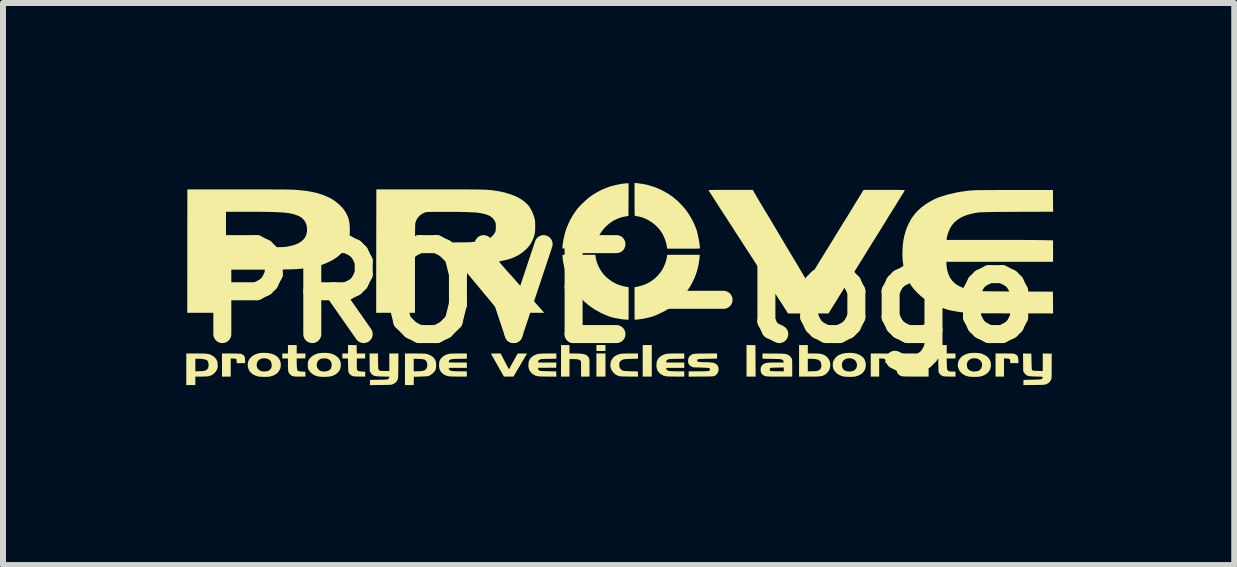
<source format=kicad_pcb>
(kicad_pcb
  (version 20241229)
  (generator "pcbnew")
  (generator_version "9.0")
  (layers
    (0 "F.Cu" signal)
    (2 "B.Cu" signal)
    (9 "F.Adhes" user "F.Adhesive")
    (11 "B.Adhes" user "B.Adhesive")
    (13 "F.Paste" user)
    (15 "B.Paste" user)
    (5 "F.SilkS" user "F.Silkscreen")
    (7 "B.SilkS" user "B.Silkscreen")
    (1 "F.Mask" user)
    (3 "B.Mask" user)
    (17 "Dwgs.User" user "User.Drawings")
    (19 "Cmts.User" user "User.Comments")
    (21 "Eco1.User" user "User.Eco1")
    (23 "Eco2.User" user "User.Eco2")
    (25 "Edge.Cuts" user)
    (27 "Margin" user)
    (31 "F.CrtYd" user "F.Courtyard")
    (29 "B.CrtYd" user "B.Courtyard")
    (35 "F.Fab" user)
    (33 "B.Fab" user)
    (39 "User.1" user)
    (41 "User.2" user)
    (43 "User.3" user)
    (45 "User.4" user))
  (footprint "PROVE-logo"
    (layer "F.Cu")
    (at 7.264 1.842)
    (property "Reference" "PROVE-logo" (at 0 0 0) (layer "F.SilkS") (effects (font (size 1.5 1.5) (thickness 0.3))))
    (attr board_only exclude_from_pos_files exclude_from_bom)
    (fp_poly (pts (xy -0.219 0.91) (xy -0.219 0.96) (xy -0.295 0.96) (xy -0.37 0.96) (xy -0.37 0.91) (xy -0.37 0.861) (xy -0.295 0.861) (xy -0.219 0.861)) (stroke (width 0) (type solid)) (fill yes) (layer "F.SilkS"))
    (fp_poly (pts (xy -0.219 1.194) (xy -0.219 1.387) (xy -0.295 1.387) (xy -0.37 1.387) (xy -0.37 1.194) (xy -0.37 1.001) (xy -0.295 1.001) (xy -0.219 1.001)) (stroke (width 0) (type solid)) (fill yes) (layer "F.SilkS"))
    (fp_poly (pts (xy 0.553 1.124) (xy 0.553 1.387) (xy 0.477 1.387) (xy 0.402 1.387) (xy 0.402 1.124) (xy 0.402 0.861) (xy 0.477 0.861) (xy 0.553 0.861)) (stroke (width 0) (type solid)) (fill yes) (layer "F.SilkS"))
    (fp_poly (pts (xy 2.208 0.862) (xy 2.282 0.863) (xy 2.283 1.125) (xy 2.285 1.387) (xy 2.209 1.387) (xy 2.133 1.387) (xy 2.133 1.124) (xy 2.133 0.86)) (stroke (width 0) (type solid)) (fill yes) (layer "F.SilkS"))
    (fp_poly (pts (xy 4.362 1.002) (xy 4.519 1.004) (xy 4.545 1.019) (xy 4.561 1.03) (xy 4.573 1.044) (xy 4.58 1.061) (xy 4.583 1.084) (xy 4.585 1.115) (xy 4.585 1.116) (xy 4.585 1.163) (xy 4.517 1.163) (xy 4.449 1.163) (xy 4.449 1.132) (xy 4.448 1.113) (xy 4.444 1.101) (xy 4.436 1.093) (xy 4.421 1.088) (xy 4.398 1.086) (xy 4.388 1.086) (xy 4.345 1.084) (xy 4.345 1.236) (xy 4.345 1.387) (xy 4.274 1.387) (xy 4.204 1.387) (xy 4.204 1.194) (xy 4.204 1.001)) (stroke (width 0) (type solid)) (fill yes) (layer "F.SilkS"))
    (fp_poly (pts (xy 6.479 1.001) (xy 6.515 1.002) (xy 6.544 1.002) (xy 6.565 1.003) (xy 6.582 1.005) (xy 6.594 1.007) (xy 6.603 1.009) (xy 6.603 1.009) (xy 6.628 1.021) (xy 6.646 1.036) (xy 6.658 1.057) (xy 6.664 1.085) (xy 6.666 1.119) (xy 6.666 1.163) (xy 6.598 1.163) (xy 6.53 1.163) (xy 6.53 1.135) (xy 6.529 1.115) (xy 6.525 1.101) (xy 6.516 1.093) (xy 6.5 1.088) (xy 6.476 1.086) (xy 6.47 1.086) (xy 6.426 1.084) (xy 6.426 1.236) (xy 6.426 1.387) (xy 6.355 1.387) (xy 6.285 1.387) (xy 6.285 1.194) (xy 6.285 1.001) (xy 6.433 1.001)) (stroke (width 0) (type solid)) (fill yes) (layer "F.SilkS"))
    (fp_poly (pts (xy -6.456 1.002) (xy -6.411 1.003) (xy -6.375 1.003) (xy -6.348 1.004) (xy -6.327 1.005) (xy -6.311 1.006) (xy -6.3 1.007) (xy -6.292 1.009) (xy -6.285 1.012) (xy -6.278 1.015) (xy -6.275 1.017) (xy -6.256 1.029) (xy -6.244 1.041) (xy -6.236 1.056) (xy -6.231 1.076) (xy -6.229 1.104) (xy -6.228 1.111) (xy -6.226 1.163) (xy -6.297 1.163) (xy -6.368 1.163) (xy -6.368 1.133) (xy -6.369 1.113) (xy -6.372 1.1) (xy -6.379 1.092) (xy -6.392 1.088) (xy -6.413 1.086) (xy -6.423 1.086) (xy -6.467 1.084) (xy -6.467 1.236) (xy -6.467 1.387) (xy -6.54 1.387) (xy -6.613 1.387) (xy -6.613 1.194) (xy -6.613 1.001)) (stroke (width 0) (type solid)) (fill yes) (layer "F.SilkS"))
    (fp_poly (pts (xy -0.819 0.931) (xy -0.819 1.001) (xy -0.724 1.001) (xy -0.668 1.003) (xy -0.622 1.006) (xy -0.584 1.012) (xy -0.554 1.021) (xy -0.53 1.034) (xy -0.512 1.05) (xy -0.498 1.07) (xy -0.493 1.081) (xy -0.491 1.088) (xy -0.489 1.099) (xy -0.487 1.114) (xy -0.486 1.133) (xy -0.486 1.16) (xy -0.485 1.194) (xy -0.485 1.237) (xy -0.485 1.244) (xy -0.485 1.387) (xy -0.555 1.387) (xy -0.626 1.387) (xy -0.626 1.26) (xy -0.626 1.22) (xy -0.626 1.189) (xy -0.626 1.167) (xy -0.627 1.15) (xy -0.628 1.139) (xy -0.63 1.131) (xy -0.633 1.125) (xy -0.636 1.121) (xy -0.638 1.119) (xy -0.65 1.11) (xy -0.668 1.103) (xy -0.693 1.098) (xy -0.727 1.096) (xy -0.762 1.095) (xy -0.819 1.095) (xy -0.819 1.241) (xy -0.819 1.387) (xy -0.889 1.387) (xy -0.96 1.387) (xy -0.96 1.124) (xy -0.96 0.861) (xy -0.889 0.861) (xy -0.819 0.861)) (stroke (width 0) (type solid)) (fill yes) (layer "F.SilkS"))
    (fp_poly (pts (xy 5.471 0.931) (xy 5.471 1.001) (xy 5.544 1.001) (xy 5.617 1.001) (xy 5.617 1.043) (xy 5.617 1.085) (xy 5.544 1.085) (xy 5.47 1.085) (xy 5.472 1.175) (xy 5.473 1.215) (xy 5.476 1.246) (xy 5.48 1.268) (xy 5.488 1.284) (xy 5.499 1.294) (xy 5.516 1.3) (xy 5.539 1.303) (xy 5.568 1.304) (xy 5.574 1.304) (xy 5.617 1.304) (xy 5.617 1.346) (xy 5.617 1.387) (xy 5.525 1.387) (xy 5.482 1.386) (xy 5.448 1.385) (xy 5.423 1.382) (xy 5.41 1.38) (xy 5.378 1.365) (xy 5.354 1.343) (xy 5.345 1.331) (xy 5.341 1.324) (xy 5.338 1.317) (xy 5.336 1.308) (xy 5.334 1.296) (xy 5.333 1.278) (xy 5.332 1.255) (xy 5.332 1.223) (xy 5.331 1.198) (xy 5.329 1.085) (xy 5.282 1.084) (xy 5.234 1.082) (xy 5.232 1.042) (xy 5.231 1.001) (xy 5.281 1.001) (xy 5.33 1.001) (xy 5.33 0.931) (xy 5.33 0.861) (xy 5.401 0.861) (xy 5.471 0.861)) (stroke (width 0) (type solid)) (fill yes) (layer "F.SilkS"))
    (fp_poly (pts (xy -5.367 0.931) (xy -5.367 1.001) (xy -5.294 1.001) (xy -5.22 1.001) (xy -5.222 1.042) (xy -5.223 1.082) (xy -5.296 1.084) (xy -5.368 1.085) (xy -5.366 1.175) (xy -5.365 1.211) (xy -5.363 1.239) (xy -5.361 1.259) (xy -5.358 1.273) (xy -5.353 1.283) (xy -5.346 1.29) (xy -5.339 1.294) (xy -5.329 1.297) (xy -5.312 1.3) (xy -5.289 1.303) (xy -5.276 1.304) (xy -5.223 1.307) (xy -5.222 1.347) (xy -5.22 1.387) (xy -5.316 1.387) (xy -5.347 1.387) (xy -5.376 1.386) (xy -5.4 1.385) (xy -5.417 1.384) (xy -5.425 1.382) (xy -5.457 1.368) (xy -5.482 1.347) (xy -5.5 1.321) (xy -5.505 1.307) (xy -5.508 1.293) (xy -5.511 1.272) (xy -5.512 1.245) (xy -5.513 1.21) (xy -5.513 1.183) (xy -5.513 1.085) (xy -5.56 1.085) (xy -5.607 1.085) (xy -5.607 1.043) (xy -5.607 1.001) (xy -5.56 1.001) (xy -5.513 1.001) (xy -5.513 0.931) (xy -5.513 0.861) (xy -5.44 0.861) (xy -5.367 0.861)) (stroke (width 0) (type solid)) (fill yes) (layer "F.SilkS"))
    (fp_poly (pts (xy -0.38 -0.592) (xy -0.365 -0.527) (xy -0.34 -0.462) (xy -0.308 -0.4) (xy -0.27 -0.342) (xy -0.23 -0.296) (xy -0.17 -0.24) (xy -0.106 -0.195) (xy -0.037 -0.158) (xy 0.037 -0.131) (xy 0.117 -0.112) (xy 0.129 -0.109) (xy 0.167 -0.103) (xy 0.167 0.167) (xy 0.167 0.438) (xy 0.132 0.437) (xy 0.111 0.437) (xy 0.092 0.435) (xy 0.081 0.434) (xy 0.06 0.431) (xy 0.034 0.427) (xy 0.004 0.422) (xy -0.026 0.416) (xy -0.056 0.411) (xy -0.081 0.406) (xy -0.1 0.402) (xy -0.107 0.4) (xy -0.154 0.385) (xy -0.207 0.365) (xy -0.264 0.34) (xy -0.297 0.324) (xy -0.394 0.271) (xy -0.484 0.21) (xy -0.567 0.141) (xy -0.642 0.065) (xy -0.71 -0.018) (xy -0.77 -0.107) (xy -0.823 -0.203) (xy -0.866 -0.305) (xy -0.868 -0.309) (xy -0.885 -0.36) (xy -0.901 -0.415) (xy -0.914 -0.471) (xy -0.925 -0.526) (xy -0.932 -0.576) (xy -0.934 -0.61) (xy -0.936 -0.644) (xy -0.662 -0.644) (xy -0.389 -0.644)) (stroke (width 0) (type solid)) (fill yes) (layer "F.SilkS"))
    (fp_poly (pts (xy -4.44 0.862) (xy -4.368 0.863) (xy -4.367 0.932) (xy -4.365 1.001) (xy -4.295 1.001) (xy -4.225 1.001) (xy -4.225 1.043) (xy -4.225 1.085) (xy -4.295 1.085) (xy -4.365 1.085) (xy -4.365 1.173) (xy -4.365 1.208) (xy -4.364 1.237) (xy -4.362 1.259) (xy -4.36 1.272) (xy -4.36 1.274) (xy -4.352 1.285) (xy -4.34 1.293) (xy -4.322 1.298) (xy -4.295 1.302) (xy -4.275 1.303) (xy -4.225 1.305) (xy -4.225 1.346) (xy -4.225 1.387) (xy -4.317 1.387) (xy -4.36 1.386) (xy -4.394 1.385) (xy -4.418 1.382) (xy -4.433 1.379) (xy -4.452 1.371) (xy -4.47 1.359) (xy -4.474 1.355) (xy -4.485 1.344) (xy -4.493 1.334) (xy -4.499 1.323) (xy -4.504 1.31) (xy -4.507 1.293) (xy -4.509 1.271) (xy -4.51 1.242) (xy -4.51 1.204) (xy -4.511 1.196) (xy -4.512 1.085) (xy -4.559 1.085) (xy -4.605 1.085) (xy -4.605 1.043) (xy -4.605 1.001) (xy -4.558 1.001) (xy -4.511 1.001) (xy -4.511 0.931) (xy -4.511 0.86)) (stroke (width 0) (type solid)) (fill yes) (layer "F.SilkS"))
    (fp_poly (pts (xy 1.352 -0.618) (xy 1.35 -0.59) (xy 1.345 -0.556) (xy 1.339 -0.517) (xy 1.332 -0.477) (xy 1.324 -0.44) (xy 1.322 -0.428) (xy 1.297 -0.34) (xy 1.263 -0.252) (xy 1.219 -0.162) (xy 1.187 -0.106) (xy 1.141 -0.037) (xy 1.087 0.032) (xy 1.025 0.098) (xy 0.959 0.161) (xy 0.889 0.218) (xy 0.84 0.252) (xy 0.811 0.27) (xy 0.774 0.291) (xy 0.733 0.312) (xy 0.69 0.333) (xy 0.648 0.353) (xy 0.609 0.369) (xy 0.576 0.382) (xy 0.574 0.382) (xy 0.535 0.394) (xy 0.492 0.405) (xy 0.445 0.415) (xy 0.398 0.424) (xy 0.354 0.431) (xy 0.314 0.436) (xy 0.281 0.438) (xy 0.278 0.438) (xy 0.266 0.438) (xy 0.266 0.168) (xy 0.266 -0.103) (xy 0.324 -0.114) (xy 0.401 -0.135) (xy 0.472 -0.164) (xy 0.539 -0.201) (xy 0.6 -0.246) (xy 0.654 -0.298) (xy 0.702 -0.356) (xy 0.742 -0.42) (xy 0.773 -0.488) (xy 0.796 -0.561) (xy 0.804 -0.602) (xy 0.811 -0.644) (xy 1.082 -0.644) (xy 1.353 -0.644)) (stroke (width 0) (type solid)) (fill yes) (layer "F.SilkS"))
    (fp_poly (pts (xy -1.898 1.134) (xy -1.828 1.266) (xy -1.801 1.216) (xy -1.789 1.194) (xy -1.773 1.165) (xy -1.756 1.134) (xy -1.738 1.102) (xy -1.728 1.084) (xy -1.682 1.002) (xy -1.605 1.002) (xy -1.578 1.002) (xy -1.555 1.002) (xy -1.538 1.003) (xy -1.529 1.004) (xy -1.528 1.004) (xy -1.529 1.006) (xy -1.531 1.011) (xy -1.535 1.019) (xy -1.542 1.03) (xy -1.552 1.047) (xy -1.565 1.069) (xy -1.582 1.098) (xy -1.603 1.133) (xy -1.629 1.177) (xy -1.645 1.205) (xy -1.665 1.238) (xy -1.684 1.27) (xy -1.701 1.299) (xy -1.716 1.325) (xy -1.727 1.344) (xy -1.731 1.35) (xy -1.753 1.387) (xy -1.832 1.387) (xy -1.912 1.387) (xy -1.982 1.263) (xy -2.003 1.226) (xy -2.024 1.188) (xy -2.046 1.151) (xy -2.065 1.117) (xy -2.081 1.088) (xy -2.09 1.073) (xy -2.103 1.049) (xy -2.115 1.029) (xy -2.123 1.013) (xy -2.127 1.005) (xy -2.128 1.004) (xy -2.123 1.003) (xy -2.109 1.002) (xy -2.089 1.002) (xy -2.063 1.001) (xy -2.048 1.001) (xy -1.967 1.001)) (stroke (width 0) (type solid)) (fill yes) (layer "F.SilkS"))
    (fp_poly (pts (xy 0.323 1.045) (xy 0.323 1.089) (xy 0.213 1.091) (xy 0.169 1.093) (xy 0.135 1.094) (xy 0.109 1.096) (xy 0.09 1.099) (xy 0.076 1.102) (xy 0.075 1.102) (xy 0.047 1.116) (xy 0.025 1.137) (xy 0.016 1.151) (xy 0.012 1.166) (xy 0.011 1.187) (xy 0.012 1.209) (xy 0.015 1.229) (xy 0.018 1.238) (xy 0.028 1.255) (xy 0.045 1.271) (xy 0.064 1.285) (xy 0.078 1.291) (xy 0.087 1.292) (xy 0.105 1.294) (xy 0.129 1.295) (xy 0.159 1.296) (xy 0.193 1.298) (xy 0.206 1.298) (xy 0.321 1.301) (xy 0.322 1.344) (xy 0.324 1.387) (xy 0.187 1.387) (xy 0.148 1.386) (xy 0.112 1.386) (xy 0.08 1.385) (xy 0.054 1.384) (xy 0.034 1.383) (xy 0.025 1.382) (xy -0.018 1.37) (xy -0.056 1.349) (xy -0.088 1.32) (xy -0.113 1.285) (xy -0.114 1.284) (xy -0.131 1.242) (xy -0.138 1.202) (xy -0.135 1.164) (xy -0.122 1.12) (xy -0.101 1.083) (xy -0.073 1.054) (xy -0.039 1.033) (xy -0.019 1.024) (xy -0.000438 1.017) (xy 0.019 1.011) (xy 0.041 1.007) (xy 0.066 1.004) (xy 0.097 1.003) (xy 0.135 1.002) (xy 0.181 1.001) (xy 0.192 1.001) (xy 0.323 1.001)) (stroke (width 0) (type solid)) (fill yes) (layer "F.SilkS"))
    (fp_poly (pts (xy 3.155 0.931) (xy 3.155 1.001) (xy 3.246 1.001) (xy 3.29 1.002) (xy 3.327 1.003) (xy 3.356 1.006) (xy 3.381 1.011) (xy 3.403 1.017) (xy 3.424 1.025) (xy 3.431 1.029) (xy 3.465 1.051) (xy 3.492 1.079) (xy 3.512 1.112) (xy 3.525 1.149) (xy 3.53 1.187) (xy 3.528 1.225) (xy 3.518 1.263) (xy 3.5 1.297) (xy 3.475 1.328) (xy 3.447 1.351) (xy 3.432 1.36) (xy 3.417 1.368) (xy 3.402 1.374) (xy 3.384 1.378) (xy 3.363 1.382) (xy 3.337 1.384) (xy 3.306 1.386) (xy 3.268 1.387) (xy 3.221 1.387) (xy 3.177 1.387) (xy 3.009 1.387) (xy 3.009 1.195) (xy 3.155 1.195) (xy 3.155 1.3) (xy 3.233 1.298) (xy 3.264 1.297) (xy 3.286 1.295) (xy 3.303 1.294) (xy 3.316 1.291) (xy 3.327 1.287) (xy 3.336 1.283) (xy 3.358 1.268) (xy 3.372 1.248) (xy 3.38 1.222) (xy 3.381 1.197) (xy 3.378 1.167) (xy 3.369 1.142) (xy 3.353 1.123) (xy 3.33 1.108) (xy 3.299 1.098) (xy 3.259 1.092) (xy 3.211 1.09) (xy 3.204 1.09) (xy 3.155 1.09) (xy 3.155 1.195) (xy 3.009 1.195) (xy 3.009 1.124) (xy 3.009 0.861) (xy 3.082 0.861) (xy 3.155 0.861)) (stroke (width 0) (type solid)) (fill yes) (layer "F.SilkS"))
    (fp_poly (pts (xy -3.35 1.002) (xy -3.307 1.002) (xy -3.27 1.003) (xy -3.24 1.004) (xy -3.218 1.006) (xy -3.207 1.007) (xy -3.176 1.016) (xy -3.144 1.03) (xy -3.114 1.047) (xy -3.09 1.065) (xy -3.082 1.073) (xy -3.063 1.1) (xy -3.05 1.128) (xy -3.043 1.16) (xy -3.042 1.199) (xy -3.042 1.207) (xy -3.044 1.238) (xy -3.048 1.262) (xy -3.055 1.281) (xy -3.068 1.299) (xy -3.086 1.32) (xy -3.089 1.324) (xy -3.122 1.352) (xy -3.157 1.372) (xy -3.174 1.378) (xy -3.183 1.38) (xy -3.202 1.382) (xy -3.227 1.383) (xy -3.257 1.385) (xy -3.291 1.386) (xy -3.301 1.387) (xy -3.414 1.39) (xy -3.415 1.459) (xy -3.417 1.528) (xy -3.489 1.528) (xy -3.562 1.528) (xy -3.562 1.265) (xy -3.562 1.194) (xy -3.416 1.194) (xy -3.416 1.3) (xy -3.342 1.298) (xy -3.307 1.296) (xy -3.28 1.294) (xy -3.26 1.29) (xy -3.246 1.286) (xy -3.245 1.286) (xy -3.228 1.277) (xy -3.214 1.265) (xy -3.211 1.262) (xy -3.198 1.24) (xy -3.191 1.213) (xy -3.19 1.184) (xy -3.194 1.157) (xy -3.204 1.133) (xy -3.213 1.121) (xy -3.224 1.111) (xy -3.238 1.104) (xy -3.256 1.099) (xy -3.28 1.095) (xy -3.311 1.093) (xy -3.342 1.092) (xy -3.416 1.089) (xy -3.416 1.194) (xy -3.562 1.194) (xy -3.562 1.001) (xy -3.398 1.001)) (stroke (width 0) (type solid)) (fill yes) (layer "F.SilkS"))
    (fp_poly (pts (xy -7.042 1.001) (xy -6.989 1.002) (xy -6.946 1.002) (xy -6.91 1.003) (xy -6.881 1.005) (xy -6.857 1.008) (xy -6.837 1.011) (xy -6.819 1.016) (xy -6.803 1.022) (xy -6.788 1.03) (xy -6.778 1.035) (xy -6.746 1.056) (xy -6.723 1.079) (xy -6.704 1.107) (xy -6.699 1.119) (xy -6.691 1.136) (xy -6.687 1.152) (xy -6.685 1.17) (xy -6.684 1.193) (xy -6.684 1.197) (xy -6.684 1.222) (xy -6.686 1.24) (xy -6.691 1.256) (xy -6.697 1.273) (xy -6.698 1.274) (xy -6.721 1.31) (xy -6.751 1.341) (xy -6.787 1.364) (xy -6.829 1.379) (xy -6.844 1.382) (xy -6.86 1.384) (xy -6.885 1.385) (xy -6.914 1.386) (xy -6.946 1.387) (xy -6.967 1.387) (xy -7.057 1.387) (xy -7.057 1.458) (xy -7.057 1.528) (xy -7.132 1.528) (xy -7.208 1.528) (xy -7.208 1.265) (xy -7.208 1.195) (xy -7.057 1.195) (xy -7.057 1.3) (xy -6.985 1.297) (xy -6.957 1.296) (xy -6.931 1.294) (xy -6.91 1.291) (xy -6.897 1.289) (xy -6.895 1.288) (xy -6.869 1.274) (xy -6.85 1.254) (xy -6.839 1.227) (xy -6.836 1.194) (xy -6.839 1.161) (xy -6.848 1.134) (xy -6.863 1.116) (xy -6.867 1.113) (xy -6.887 1.104) (xy -6.916 1.097) (xy -6.953 1.092) (xy -6.995 1.09) (xy -7.001 1.09) (xy -7.057 1.09) (xy -7.057 1.195) (xy -7.208 1.195) (xy -7.208 1.001)) (stroke (width 0) (type solid)) (fill yes) (layer "F.SilkS"))
    (fp_poly (pts (xy 0.304 -1.839) (xy 0.404 -1.825) (xy 0.5 -1.804) (xy 0.597 -1.773) (xy 0.633 -1.76) (xy 0.731 -1.716) (xy 0.823 -1.664) (xy 0.909 -1.605) (xy 0.99 -1.536) (xy 1.066 -1.458) (xy 1.113 -1.402) (xy 1.158 -1.341) (xy 1.201 -1.273) (xy 1.24 -1.201) (xy 1.273 -1.129) (xy 1.3 -1.06) (xy 1.301 -1.056) (xy 1.309 -1.027) (xy 1.318 -0.991) (xy 1.327 -0.951) (xy 1.335 -0.909) (xy 1.343 -0.867) (xy 1.349 -0.828) (xy 1.353 -0.793) (xy 1.356 -0.765) (xy 1.356 -0.755) (xy 1.356 -0.753) (xy 1.354 -0.751) (xy 1.349 -0.75) (xy 1.342 -0.749) (xy 1.331 -0.748) (xy 1.315 -0.747) (xy 1.293 -0.747) (xy 1.265 -0.746) (xy 1.23 -0.746) (xy 1.186 -0.746) (xy 1.134 -0.746) (xy 1.083 -0.746) (xy 0.81 -0.746) (xy 0.804 -0.789) (xy 0.791 -0.847) (xy 0.771 -0.908) (xy 0.745 -0.967) (xy 0.714 -1.022) (xy 0.7 -1.042) (xy 0.66 -1.092) (xy 0.613 -1.138) (xy 0.561 -1.18) (xy 0.505 -1.216) (xy 0.447 -1.246) (xy 0.388 -1.269) (xy 0.331 -1.283) (xy 0.313 -1.286) (xy 0.295 -1.288) (xy 0.281 -1.29) (xy 0.275 -1.292) (xy 0.273 -1.293) (xy 0.271 -1.295) (xy 0.27 -1.3) (xy 0.269 -1.308) (xy 0.268 -1.32) (xy 0.267 -1.337) (xy 0.267 -1.36) (xy 0.266 -1.389) (xy 0.266 -1.425) (xy 0.266 -1.47) (xy 0.266 -1.523) (xy 0.266 -1.568) (xy 0.266 -1.842)) (stroke (width 0) (type solid)) (fill yes) (layer "F.SilkS"))
    (fp_poly (pts (xy -1.038 1.045) (xy -1.038 1.089) (xy -1.164 1.091) (xy -1.207 1.092) (xy -1.24 1.093) (xy -1.265 1.094) (xy -1.284 1.096) (xy -1.297 1.098) (xy -1.307 1.1) (xy -1.31 1.102) (xy -1.328 1.113) (xy -1.341 1.128) (xy -1.346 1.143) (xy -1.346 1.143) (xy -1.345 1.146) (xy -1.343 1.148) (xy -1.337 1.15) (xy -1.328 1.151) (xy -1.313 1.152) (xy -1.292 1.152) (xy -1.264 1.153) (xy -1.227 1.153) (xy -1.192 1.153) (xy -1.037 1.153) (xy -1.039 1.196) (xy -1.041 1.239) (xy -1.194 1.24) (xy -1.347 1.241) (xy -1.343 1.256) (xy -1.334 1.276) (xy -1.317 1.288) (xy -1.31 1.291) (xy -1.301 1.292) (xy -1.283 1.293) (xy -1.258 1.295) (xy -1.228 1.296) (xy -1.193 1.297) (xy -1.168 1.298) (xy -1.041 1.301) (xy -1.039 1.344) (xy -1.037 1.387) (xy -1.177 1.387) (xy -1.216 1.386) (xy -1.253 1.386) (xy -1.286 1.385) (xy -1.314 1.384) (xy -1.335 1.383) (xy -1.346 1.381) (xy -1.389 1.37) (xy -1.427 1.349) (xy -1.459 1.321) (xy -1.484 1.286) (xy -1.491 1.273) (xy -1.5 1.243) (xy -1.504 1.207) (xy -1.503 1.17) (xy -1.497 1.135) (xy -1.492 1.121) (xy -1.474 1.087) (xy -1.446 1.058) (xy -1.411 1.034) (xy -1.368 1.016) (xy -1.344 1.009) (xy -1.329 1.007) (xy -1.31 1.005) (xy -1.284 1.003) (xy -1.252 1.002) (xy -1.211 1.002) (xy -1.175 1.001) (xy -1.038 1.001)) (stroke (width 0) (type solid)) (fill yes) (layer "F.SilkS"))
    (fp_poly (pts (xy 3.894 0.992) (xy 3.932 0.997) (xy 3.966 1.005) (xy 3.999 1.017) (xy 4.017 1.026) (xy 4.055 1.049) (xy 4.084 1.076) (xy 4.104 1.109) (xy 4.117 1.148) (xy 4.12 1.162) (xy 4.122 1.207) (xy 4.115 1.249) (xy 4.099 1.286) (xy 4.074 1.32) (xy 4.041 1.347) (xy 4.001 1.369) (xy 3.954 1.384) (xy 3.951 1.385) (xy 3.924 1.389) (xy 3.891 1.391) (xy 3.854 1.392) (xy 3.816 1.391) (xy 3.781 1.389) (xy 3.753 1.386) (xy 3.745 1.384) (xy 3.697 1.369) (xy 3.656 1.347) (xy 3.621 1.319) (xy 3.595 1.284) (xy 3.585 1.266) (xy 3.577 1.246) (xy 3.573 1.229) (xy 3.571 1.209) (xy 3.571 1.191) (xy 3.571 1.181) (xy 3.724 1.181) (xy 3.725 1.211) (xy 3.731 1.238) (xy 3.743 1.261) (xy 3.747 1.267) (xy 3.768 1.283) (xy 3.797 1.295) (xy 3.829 1.301) (xy 3.863 1.302) (xy 3.896 1.297) (xy 3.92 1.288) (xy 3.944 1.271) (xy 3.961 1.248) (xy 3.972 1.221) (xy 3.975 1.192) (xy 3.971 1.163) (xy 3.959 1.136) (xy 3.94 1.113) (xy 3.934 1.108) (xy 3.905 1.092) (xy 3.873 1.083) (xy 3.84 1.081) (xy 3.807 1.086) (xy 3.777 1.098) (xy 3.752 1.116) (xy 3.74 1.13) (xy 3.729 1.153) (xy 3.724 1.181) (xy 3.571 1.181) (xy 3.571 1.168) (xy 3.574 1.15) (xy 3.579 1.134) (xy 3.588 1.114) (xy 3.612 1.077) (xy 3.644 1.046) (xy 3.684 1.022) (xy 3.731 1.005) (xy 3.786 0.994) (xy 3.848 0.991)) (stroke (width 0) (type solid)) (fill yes) (layer "F.SilkS"))
    (fp_poly (pts (xy -5.848 0.994) (xy -5.794 1.004) (xy -5.746 1.02) (xy -5.707 1.043) (xy -5.675 1.071) (xy -5.652 1.105) (xy -5.637 1.144) (xy -5.634 1.161) (xy -5.632 1.205) (xy -5.639 1.247) (xy -5.656 1.284) (xy -5.68 1.318) (xy -5.713 1.346) (xy -5.753 1.368) (xy -5.799 1.383) (xy -5.805 1.385) (xy -5.832 1.389) (xy -5.865 1.391) (xy -5.902 1.392) (xy -5.939 1.391) (xy -5.974 1.389) (xy -6.004 1.386) (xy -6.013 1.384) (xy -6.054 1.371) (xy -6.093 1.352) (xy -6.125 1.328) (xy -6.15 1.301) (xy -6.156 1.291) (xy -6.175 1.25) (xy -6.184 1.209) (xy -6.183 1.183) (xy -6.034 1.183) (xy -6.033 1.212) (xy -6.024 1.241) (xy -6.007 1.265) (xy -5.984 1.285) (xy -5.98 1.287) (xy -5.963 1.294) (xy -5.948 1.299) (xy -5.93 1.302) (xy -5.906 1.302) (xy -5.88 1.3) (xy -5.857 1.296) (xy -5.841 1.292) (xy -5.82 1.278) (xy -5.801 1.259) (xy -5.79 1.24) (xy -5.785 1.217) (xy -5.784 1.19) (xy -5.788 1.162) (xy -5.795 1.139) (xy -5.795 1.138) (xy -5.811 1.116) (xy -5.835 1.099) (xy -5.863 1.087) (xy -5.895 1.082) (xy -5.928 1.082) (xy -5.96 1.089) (xy -5.989 1.103) (xy -5.993 1.106) (xy -6.014 1.128) (xy -6.028 1.154) (xy -6.034 1.183) (xy -6.183 1.183) (xy -6.183 1.168) (xy -6.173 1.129) (xy -6.154 1.092) (xy -6.126 1.061) (xy -6.091 1.034) (xy -6.074 1.025) (xy -6.043 1.011) (xy -6.013 1.001) (xy -5.982 0.995) (xy -5.947 0.992) (xy -5.909 0.991)) (stroke (width 0) (type solid)) (fill yes) (layer "F.SilkS"))
    (fp_poly (pts (xy -4.01 1.134) (xy -4.009 1.179) (xy -4.009 1.214) (xy -4.007 1.241) (xy -4.004 1.261) (xy -3.999 1.275) (xy -3.991 1.284) (xy -3.979 1.289) (xy -3.962 1.291) (xy -3.94 1.292) (xy -3.912 1.293) (xy -3.904 1.293) (xy -3.823 1.295) (xy -3.823 1.148) (xy -3.823 1.001) (xy -3.747 1.001) (xy -3.671 1.001) (xy -3.673 1.209) (xy -3.673 1.261) (xy -3.674 1.303) (xy -3.674 1.338) (xy -3.675 1.365) (xy -3.675 1.386) (xy -3.676 1.402) (xy -3.678 1.414) (xy -3.679 1.423) (xy -3.682 1.431) (xy -3.684 1.438) (xy -3.687 1.443) (xy -3.703 1.471) (xy -3.726 1.493) (xy -3.756 1.51) (xy -3.764 1.513) (xy -3.772 1.517) (xy -3.781 1.519) (xy -3.79 1.521) (xy -3.801 1.523) (xy -3.816 1.524) (xy -3.836 1.525) (xy -3.861 1.526) (xy -3.894 1.526) (xy -3.934 1.527) (xy -3.971 1.527) (xy -4.147 1.529) (xy -4.145 1.485) (xy -4.144 1.442) (xy -3.999 1.44) (xy -3.957 1.439) (xy -3.923 1.438) (xy -3.897 1.437) (xy -3.878 1.436) (xy -3.865 1.435) (xy -3.855 1.433) (xy -3.848 1.431) (xy -3.843 1.428) (xy -3.84 1.426) (xy -3.83 1.415) (xy -3.824 1.402) (xy -3.824 1.402) (xy -3.822 1.389) (xy -3.934 1.386) (xy -3.976 1.385) (xy -4.009 1.383) (xy -4.035 1.381) (xy -4.056 1.378) (xy -4.072 1.374) (xy -4.086 1.368) (xy -4.099 1.36) (xy -4.105 1.356) (xy -4.117 1.345) (xy -4.129 1.329) (xy -4.135 1.321) (xy -4.149 1.296) (xy -4.151 1.149) (xy -4.152 1.001) (xy -4.082 1.001) (xy -4.011 1.001)) (stroke (width 0) (type solid)) (fill yes) (layer "F.SilkS"))
    (fp_poly (pts (xy 5.976 0.993) (xy 6.011 0.996) (xy 6.04 1.001) (xy 6.056 1.005) (xy 6.103 1.026) (xy 6.141 1.05) (xy 6.17 1.079) (xy 6.191 1.112) (xy 6.204 1.15) (xy 6.206 1.163) (xy 6.208 1.207) (xy 6.201 1.248) (xy 6.185 1.285) (xy 6.16 1.318) (xy 6.127 1.346) (xy 6.087 1.368) (xy 6.041 1.383) (xy 6.034 1.385) (xy 6.008 1.389) (xy 5.975 1.391) (xy 5.938 1.392) (xy 5.901 1.391) (xy 5.866 1.39) (xy 5.837 1.386) (xy 5.827 1.384) (xy 5.782 1.37) (xy 5.744 1.349) (xy 5.711 1.323) (xy 5.686 1.292) (xy 5.668 1.257) (xy 5.657 1.22) (xy 5.655 1.182) (xy 5.656 1.18) (xy 5.807 1.18) (xy 5.808 1.215) (xy 5.818 1.245) (xy 5.836 1.27) (xy 5.863 1.288) (xy 5.894 1.299) (xy 5.914 1.302) (xy 5.939 1.302) (xy 5.965 1.299) (xy 5.988 1.295) (xy 5.999 1.292) (xy 6.025 1.276) (xy 6.044 1.252) (xy 6.056 1.223) (xy 6.06 1.19) (xy 6.059 1.179) (xy 6.052 1.148) (xy 6.035 1.123) (xy 6.009 1.101) (xy 6.003 1.098) (xy 5.986 1.09) (xy 5.972 1.085) (xy 5.955 1.083) (xy 5.933 1.082) (xy 5.909 1.083) (xy 5.891 1.085) (xy 5.876 1.09) (xy 5.865 1.096) (xy 5.837 1.115) (xy 5.818 1.14) (xy 5.808 1.171) (xy 5.807 1.18) (xy 5.656 1.18) (xy 5.662 1.144) (xy 5.678 1.106) (xy 5.703 1.071) (xy 5.706 1.067) (xy 5.732 1.045) (xy 5.765 1.025) (xy 5.804 1.009) (xy 5.839 0.999) (xy 5.868 0.994) (xy 5.902 0.992) (xy 5.939 0.991)) (stroke (width 0) (type solid)) (fill yes) (layer "F.SilkS"))
    (fp_poly (pts (xy -4.855 0.993) (xy -4.81 0.999) (xy -4.771 1.011) (xy -4.734 1.027) (xy -4.725 1.033) (xy -4.687 1.06) (xy -4.66 1.091) (xy -4.641 1.127) (xy -4.632 1.167) (xy -4.631 1.189) (xy -4.634 1.231) (xy -4.644 1.266) (xy -4.662 1.298) (xy -4.688 1.326) (xy -4.717 1.349) (xy -4.75 1.367) (xy -4.787 1.38) (xy -4.83 1.388) (xy -4.88 1.392) (xy -4.912 1.392) (xy -4.941 1.391) (xy -4.97 1.389) (xy -4.995 1.387) (xy -5.012 1.384) (xy -5.059 1.37) (xy -5.1 1.347) (xy -5.135 1.319) (xy -5.162 1.285) (xy -5.166 1.277) (xy -5.173 1.264) (xy -5.178 1.252) (xy -5.18 1.239) (xy -5.181 1.222) (xy -5.182 1.205) (xy -5.032 1.205) (xy -5.026 1.232) (xy -5.013 1.257) (xy -4.993 1.278) (xy -4.967 1.293) (xy -4.956 1.297) (xy -4.927 1.302) (xy -4.894 1.301) (xy -4.862 1.297) (xy -4.839 1.289) (xy -4.814 1.273) (xy -4.796 1.25) (xy -4.786 1.219) (xy -4.784 1.205) (xy -4.785 1.17) (xy -4.795 1.139) (xy -4.813 1.114) (xy -4.839 1.096) (xy -4.854 1.089) (xy -4.876 1.085) (xy -4.903 1.083) (xy -4.931 1.084) (xy -4.956 1.088) (xy -4.961 1.089) (xy -4.989 1.104) (xy -5.01 1.124) (xy -5.024 1.149) (xy -5.032 1.176) (xy -5.032 1.205) (xy -5.182 1.205) (xy -5.182 1.197) (xy -5.182 1.194) (xy -5.181 1.168) (xy -5.18 1.149) (xy -5.177 1.135) (xy -5.173 1.122) (xy -5.169 1.114) (xy -5.147 1.08) (xy -5.115 1.05) (xy -5.077 1.026) (xy -5.046 1.012) (xy -5.015 1.001) (xy -4.981 0.995) (xy -4.942 0.992) (xy -4.907 0.991)) (stroke (width 0) (type solid)) (fill yes) (layer "F.SilkS"))
    (fp_poly (pts (xy 0.166 -1.563) (xy 0.164 -1.291) (xy 0.133 -1.287) (xy 0.055 -1.271) (xy -0.019 -1.245) (xy -0.089 -1.211) (xy -0.154 -1.167) (xy -0.208 -1.12) (xy -0.238 -1.088) (xy -0.264 -1.057) (xy -0.288 -1.024) (xy -0.312 -0.985) (xy -0.323 -0.966) (xy -0.343 -0.929) (xy -0.357 -0.896) (xy -0.368 -0.862) (xy -0.377 -0.824) (xy -0.38 -0.803) (xy -0.389 -0.748) (xy -0.661 -0.747) (xy -0.725 -0.747) (xy -0.781 -0.747) (xy -0.83 -0.747) (xy -0.869 -0.748) (xy -0.9 -0.748) (xy -0.922 -0.749) (xy -0.934 -0.75) (xy -0.936 -0.751) (xy -0.937 -0.759) (xy -0.936 -0.775) (xy -0.934 -0.799) (xy -0.93 -0.829) (xy -0.925 -0.862) (xy -0.919 -0.898) (xy -0.918 -0.905) (xy -0.914 -0.926) (xy -0.907 -0.952) (xy -0.9 -0.981) (xy -0.892 -1.011) (xy -0.884 -1.04) (xy -0.876 -1.066) (xy -0.869 -1.086) (xy -0.864 -1.099) (xy -0.863 -1.101) (xy -0.86 -1.108) (xy -0.853 -1.122) (xy -0.845 -1.141) (xy -0.837 -1.161) (xy -0.821 -1.197) (xy -0.8 -1.238) (xy -0.776 -1.28) (xy -0.752 -1.319) (xy -0.728 -1.354) (xy -0.723 -1.361) (xy -0.71 -1.379) (xy -0.699 -1.395) (xy -0.692 -1.405) (xy -0.683 -1.417) (xy -0.667 -1.434) (xy -0.647 -1.455) (xy -0.624 -1.479) (xy -0.598 -1.504) (xy -0.571 -1.53) (xy -0.546 -1.554) (xy -0.522 -1.575) (xy -0.502 -1.592) (xy -0.489 -1.603) (xy -0.42 -1.651) (xy -0.351 -1.692) (xy -0.281 -1.728) (xy -0.205 -1.76) (xy -0.167 -1.774) (xy -0.131 -1.786) (xy -0.088 -1.797) (xy -0.043 -1.808) (xy 0.004 -1.818) (xy 0.049 -1.826) (xy 0.091 -1.832) (xy 0.127 -1.835) (xy 0.144 -1.836) (xy 0.167 -1.836)) (stroke (width 0) (type solid)) (fill yes) (layer "F.SilkS"))
    (fp_poly (pts (xy -2.53 1.045) (xy -2.53 1.089) (xy -2.656 1.091) (xy -2.698 1.092) (xy -2.731 1.093) (xy -2.757 1.094) (xy -2.776 1.096) (xy -2.789 1.098) (xy -2.799 1.101) (xy -2.802 1.102) (xy -2.821 1.114) (xy -2.831 1.131) (xy -2.832 1.142) (xy -2.832 1.145) (xy -2.83 1.147) (xy -2.826 1.149) (xy -2.819 1.151) (xy -2.807 1.152) (xy -2.789 1.152) (xy -2.765 1.152) (xy -2.732 1.153) (xy -2.691 1.153) (xy -2.681 1.153) (xy -2.53 1.153) (xy -2.53 1.197) (xy -2.53 1.241) (xy -2.681 1.241) (xy -2.724 1.241) (xy -2.759 1.241) (xy -2.785 1.242) (xy -2.804 1.242) (xy -2.817 1.243) (xy -2.825 1.244) (xy -2.83 1.246) (xy -2.832 1.248) (xy -2.832 1.251) (xy -2.832 1.251) (xy -2.829 1.262) (xy -2.821 1.274) (xy -2.82 1.275) (xy -2.812 1.282) (xy -2.801 1.288) (xy -2.786 1.292) (xy -2.766 1.295) (xy -2.739 1.297) (xy -2.705 1.298) (xy -2.661 1.299) (xy -2.641 1.299) (xy -2.53 1.299) (xy -2.53 1.343) (xy -2.53 1.387) (xy -2.669 1.387) (xy -2.708 1.386) (xy -2.745 1.386) (xy -2.778 1.385) (xy -2.806 1.384) (xy -2.826 1.383) (xy -2.837 1.381) (xy -2.878 1.37) (xy -2.915 1.351) (xy -2.946 1.326) (xy -2.971 1.295) (xy -2.983 1.269) (xy -2.99 1.241) (xy -2.994 1.207) (xy -2.993 1.173) (xy -2.989 1.141) (xy -2.985 1.124) (xy -2.968 1.092) (xy -2.942 1.064) (xy -2.91 1.039) (xy -2.893 1.031) (xy -2.875 1.022) (xy -2.857 1.016) (xy -2.84 1.011) (xy -2.82 1.007) (xy -2.797 1.004) (xy -2.769 1.003) (xy -2.735 1.002) (xy -2.692 1.001) (xy -2.665 1.001) (xy -2.53 1.001)) (stroke (width 0) (type solid)) (fill yes) (layer "F.SilkS"))
    (fp_poly (pts (xy 1.095 1.045) (xy 1.095 1.089) (xy 0.969 1.091) (xy 0.927 1.092) (xy 0.893 1.093) (xy 0.868 1.094) (xy 0.849 1.096) (xy 0.836 1.098) (xy 0.826 1.101) (xy 0.823 1.102) (xy 0.804 1.114) (xy 0.794 1.131) (xy 0.793 1.142) (xy 0.793 1.145) (xy 0.795 1.147) (xy 0.798 1.149) (xy 0.806 1.151) (xy 0.818 1.152) (xy 0.835 1.152) (xy 0.86 1.152) (xy 0.892 1.153) (xy 0.934 1.153) (xy 0.944 1.153) (xy 1.095 1.153) (xy 1.095 1.197) (xy 1.095 1.241) (xy 0.944 1.241) (xy 0.9 1.241) (xy 0.866 1.241) (xy 0.84 1.242) (xy 0.821 1.242) (xy 0.808 1.243) (xy 0.8 1.244) (xy 0.795 1.246) (xy 0.793 1.248) (xy 0.793 1.251) (xy 0.793 1.251) (xy 0.796 1.262) (xy 0.804 1.274) (xy 0.805 1.275) (xy 0.812 1.282) (xy 0.823 1.288) (xy 0.839 1.292) (xy 0.859 1.295) (xy 0.886 1.297) (xy 0.92 1.298) (xy 0.963 1.299) (xy 0.984 1.299) (xy 1.095 1.299) (xy 1.095 1.343) (xy 1.095 1.387) (xy 0.956 1.387) (xy 0.917 1.386) (xy 0.88 1.386) (xy 0.847 1.385) (xy 0.82 1.384) (xy 0.799 1.383) (xy 0.789 1.382) (xy 0.749 1.371) (xy 0.712 1.352) (xy 0.681 1.327) (xy 0.656 1.298) (xy 0.642 1.271) (xy 0.634 1.24) (xy 0.631 1.204) (xy 0.632 1.168) (xy 0.638 1.135) (xy 0.64 1.127) (xy 0.655 1.096) (xy 0.678 1.068) (xy 0.707 1.044) (xy 0.727 1.033) (xy 0.746 1.024) (xy 0.764 1.017) (xy 0.782 1.011) (xy 0.801 1.007) (xy 0.825 1.005) (xy 0.852 1.003) (xy 0.887 1.002) (xy 0.929 1.001) (xy 0.958 1.001) (xy 1.095 1.001)) (stroke (width 0) (type solid)) (fill yes) (layer "F.SilkS"))
    (fp_poly (pts (xy 6.813 1.003) (xy 6.882 1.004) (xy 6.885 1.134) (xy 6.885 1.171) (xy 6.887 1.204) (xy 6.888 1.232) (xy 6.889 1.254) (xy 6.891 1.269) (xy 6.892 1.274) (xy 6.895 1.279) (xy 6.901 1.284) (xy 6.911 1.287) (xy 6.926 1.289) (xy 6.947 1.291) (xy 6.977 1.292) (xy 6.993 1.292) (xy 7.072 1.295) (xy 7.072 1.148) (xy 7.072 1.001) (xy 7.147 1.003) (xy 7.221 1.004) (xy 7.221 1.21) (xy 7.221 1.262) (xy 7.221 1.304) (xy 7.221 1.338) (xy 7.22 1.365) (xy 7.22 1.386) (xy 7.219 1.402) (xy 7.218 1.414) (xy 7.216 1.423) (xy 7.214 1.431) (xy 7.211 1.437) (xy 7.209 1.443) (xy 7.192 1.471) (xy 7.17 1.493) (xy 7.139 1.51) (xy 7.131 1.513) (xy 7.123 1.517) (xy 7.115 1.519) (xy 7.105 1.521) (xy 7.094 1.523) (xy 7.079 1.524) (xy 7.06 1.525) (xy 7.034 1.526) (xy 7.002 1.526) (xy 6.961 1.527) (xy 6.925 1.527) (xy 6.749 1.529) (xy 6.75 1.485) (xy 6.752 1.442) (xy 6.892 1.439) (xy 6.93 1.438) (xy 6.965 1.437) (xy 6.995 1.436) (xy 7.019 1.435) (xy 7.036 1.433) (xy 7.044 1.432) (xy 7.062 1.421) (xy 7.071 1.407) (xy 7.072 1.4) (xy 7.072 1.396) (xy 7.071 1.393) (xy 7.066 1.391) (xy 7.058 1.39) (xy 7.045 1.389) (xy 7.025 1.388) (xy 6.997 1.387) (xy 6.962 1.386) (xy 6.919 1.385) (xy 6.886 1.383) (xy 6.86 1.381) (xy 6.839 1.378) (xy 6.823 1.374) (xy 6.809 1.368) (xy 6.796 1.36) (xy 6.79 1.356) (xy 6.779 1.345) (xy 6.766 1.329) (xy 6.761 1.321) (xy 6.746 1.296) (xy 6.745 1.149) (xy 6.743 1.001)) (stroke (width 0) (type solid)) (fill yes) (layer "F.SilkS"))
    (fp_poly (pts (xy 4.893 1.001) (xy 4.934 1.002) (xy 4.967 1.002) (xy 4.993 1.003) (xy 5.014 1.004) (xy 5.03 1.006) (xy 5.042 1.008) (xy 5.05 1.01) (xy 5.085 1.021) (xy 5.111 1.034) (xy 5.133 1.052) (xy 5.136 1.054) (xy 5.145 1.065) (xy 5.152 1.074) (xy 5.158 1.085) (xy 5.162 1.098) (xy 5.165 1.115) (xy 5.167 1.136) (xy 5.168 1.164) (xy 5.169 1.2) (xy 5.169 1.244) (xy 5.169 1.249) (xy 5.169 1.387) (xy 4.954 1.387) (xy 4.896 1.387) (xy 4.848 1.386) (xy 4.809 1.386) (xy 4.778 1.385) (xy 4.754 1.384) (xy 4.736 1.383) (xy 4.723 1.381) (xy 4.716 1.38) (xy 4.684 1.365) (xy 4.66 1.344) (xy 4.644 1.317) (xy 4.637 1.284) (xy 4.637 1.275) (xy 4.638 1.267) (xy 4.791 1.267) (xy 4.791 1.277) (xy 4.794 1.284) (xy 4.8 1.29) (xy 4.811 1.294) (xy 4.828 1.296) (xy 4.852 1.298) (xy 4.884 1.298) (xy 4.92 1.299) (xy 5.023 1.299) (xy 5.023 1.267) (xy 5.023 1.236) (xy 4.925 1.236) (xy 4.885 1.237) (xy 4.852 1.238) (xy 4.827 1.24) (xy 4.811 1.242) (xy 4.809 1.243) (xy 4.797 1.248) (xy 4.791 1.256) (xy 4.791 1.267) (xy 4.638 1.267) (xy 4.641 1.24) (xy 4.653 1.21) (xy 4.673 1.187) (xy 4.702 1.17) (xy 4.74 1.159) (xy 4.743 1.158) (xy 4.757 1.157) (xy 4.78 1.155) (xy 4.809 1.154) (xy 4.843 1.153) (xy 4.879 1.153) (xy 4.899 1.153) (xy 5.024 1.153) (xy 5.02 1.138) (xy 5.017 1.127) (xy 5.012 1.117) (xy 5.004 1.11) (xy 4.994 1.104) (xy 4.978 1.099) (xy 4.958 1.096) (xy 4.93 1.094) (xy 4.895 1.092) (xy 4.851 1.091) (xy 4.819 1.09) (xy 4.671 1.087) (xy 4.669 1.044) (xy 4.668 1.001) (xy 4.843 1.001)) (stroke (width 0) (type solid)) (fill yes) (layer "F.SilkS"))
    (fp_poly (pts (xy 1.642 1.044) (xy 1.64 1.087) (xy 1.486 1.09) (xy 1.438 1.091) (xy 1.4 1.092) (xy 1.37 1.093) (xy 1.347 1.095) (xy 1.331 1.097) (xy 1.32 1.1) (xy 1.313 1.105) (xy 1.31 1.11) (xy 1.31 1.116) (xy 1.31 1.12) (xy 1.313 1.129) (xy 1.319 1.135) (xy 1.33 1.14) (xy 1.346 1.143) (xy 1.37 1.146) (xy 1.402 1.147) (xy 1.441 1.147) (xy 1.49 1.148) (xy 1.53 1.15) (xy 1.562 1.154) (xy 1.588 1.16) (xy 1.609 1.168) (xy 1.627 1.179) (xy 1.647 1.198) (xy 1.66 1.22) (xy 1.667 1.25) (xy 1.668 1.255) (xy 1.666 1.289) (xy 1.655 1.321) (xy 1.636 1.349) (xy 1.609 1.371) (xy 1.604 1.373) (xy 1.599 1.376) (xy 1.593 1.378) (xy 1.586 1.38) (xy 1.576 1.382) (xy 1.563 1.383) (xy 1.546 1.384) (xy 1.523 1.385) (xy 1.493 1.385) (xy 1.456 1.386) (xy 1.41 1.386) (xy 1.376 1.386) (xy 1.168 1.388) (xy 1.168 1.343) (xy 1.168 1.299) (xy 1.328 1.299) (xy 1.378 1.299) (xy 1.419 1.298) (xy 1.451 1.297) (xy 1.476 1.296) (xy 1.495 1.294) (xy 1.508 1.291) (xy 1.516 1.286) (xy 1.521 1.281) (xy 1.523 1.274) (xy 1.523 1.268) (xy 1.519 1.253) (xy 1.511 1.246) (xy 1.502 1.244) (xy 1.482 1.242) (xy 1.453 1.24) (xy 1.416 1.238) (xy 1.371 1.236) (xy 1.243 1.233) (xy 1.212 1.218) (xy 1.186 1.2) (xy 1.169 1.179) (xy 1.16 1.152) (xy 1.158 1.124) (xy 1.162 1.089) (xy 1.173 1.061) (xy 1.193 1.038) (xy 1.222 1.019) (xy 1.228 1.016) (xy 1.235 1.013) (xy 1.242 1.01) (xy 1.25 1.008) (xy 1.261 1.007) (xy 1.274 1.006) (xy 1.292 1.005) (xy 1.316 1.004) (xy 1.346 1.003) (xy 1.384 1.003) (xy 1.431 1.003) (xy 1.449 1.002) (xy 1.643 1.001)) (stroke (width 0) (type solid)) (fill yes) (layer "F.SilkS"))
    (fp_poly (pts (xy 2.586 1.003) (xy 2.636 1.003) (xy 2.678 1.004) (xy 2.711 1.005) (xy 2.737 1.005) (xy 2.757 1.007) (xy 2.773 1.008) (xy 2.785 1.01) (xy 2.794 1.012) (xy 2.799 1.013) (xy 2.831 1.028) (xy 2.859 1.048) (xy 2.879 1.072) (xy 2.883 1.08) (xy 2.886 1.087) (xy 2.889 1.094) (xy 2.891 1.103) (xy 2.893 1.114) (xy 2.894 1.13) (xy 2.894 1.151) (xy 2.895 1.179) (xy 2.895 1.215) (xy 2.895 1.245) (xy 2.895 1.387) (xy 2.682 1.387) (xy 2.629 1.387) (xy 2.585 1.387) (xy 2.549 1.387) (xy 2.52 1.386) (xy 2.498 1.385) (xy 2.481 1.384) (xy 2.467 1.383) (xy 2.457 1.382) (xy 2.449 1.38) (xy 2.442 1.377) (xy 2.411 1.363) (xy 2.388 1.342) (xy 2.374 1.316) (xy 2.368 1.283) (xy 2.368 1.273) (xy 2.369 1.26) (xy 2.52 1.26) (xy 2.52 1.27) (xy 2.52 1.272) (xy 2.523 1.286) (xy 2.53 1.292) (xy 2.535 1.294) (xy 2.544 1.295) (xy 2.562 1.296) (xy 2.586 1.297) (xy 2.615 1.298) (xy 2.648 1.298) (xy 2.651 1.298) (xy 2.754 1.299) (xy 2.754 1.267) (xy 2.754 1.235) (xy 2.645 1.237) (xy 2.605 1.238) (xy 2.575 1.239) (xy 2.553 1.24) (xy 2.537 1.243) (xy 2.527 1.247) (xy 2.522 1.252) (xy 2.52 1.26) (xy 2.369 1.26) (xy 2.37 1.243) (xy 2.378 1.219) (xy 2.393 1.198) (xy 2.403 1.188) (xy 2.415 1.179) (xy 2.429 1.171) (xy 2.446 1.164) (xy 2.466 1.16) (xy 2.491 1.156) (xy 2.523 1.154) (xy 2.562 1.153) (xy 2.61 1.153) (xy 2.626 1.153) (xy 2.755 1.153) (xy 2.751 1.138) (xy 2.748 1.127) (xy 2.743 1.117) (xy 2.736 1.11) (xy 2.725 1.104) (xy 2.71 1.099) (xy 2.689 1.096) (xy 2.662 1.094) (xy 2.627 1.093) (xy 2.584 1.092) (xy 2.549 1.091) (xy 2.399 1.089) (xy 2.399 1.045) (xy 2.399 1.001)) (stroke (width 0) (type solid)) (fill yes) (layer "F.SilkS"))
    (fp_poly (pts (xy -6.217 -1.734) (xy -6.106 -1.734) (xy -6.005 -1.734) (xy -5.914 -1.734) (xy -5.831 -1.734) (xy -5.757 -1.733) (xy -5.69 -1.733) (xy -5.631 -1.733) (xy -5.58 -1.732) (xy -5.535 -1.732) (xy -5.496 -1.731) (xy -5.464 -1.73) (xy -5.437 -1.73) (xy -5.415 -1.729) (xy -5.398 -1.728) (xy -5.393 -1.728) (xy -5.299 -1.719) (xy -5.214 -1.71) (xy -5.137 -1.697) (xy -5.066 -1.683) (xy -5.001 -1.666) (xy -4.938 -1.645) (xy -4.878 -1.621) (xy -4.831 -1.6) (xy -4.806 -1.587) (xy -4.785 -1.576) (xy -4.765 -1.564) (xy -4.744 -1.549) (xy -4.719 -1.531) (xy -4.704 -1.52) (xy -4.644 -1.468) (xy -4.592 -1.413) (xy -4.551 -1.353) (xy -4.519 -1.29) (xy -4.506 -1.257) (xy -4.495 -1.213) (xy -4.486 -1.16) (xy -4.482 -1.104) (xy -4.481 -1.044) (xy -4.483 -0.986) (xy -4.489 -0.93) (xy -4.499 -0.879) (xy -4.504 -0.861) (xy -4.523 -0.811) (xy -4.552 -0.76) (xy -4.588 -0.71) (xy -4.63 -0.662) (xy -4.678 -0.618) (xy -4.682 -0.615) (xy -4.736 -0.576) (xy -4.799 -0.54) (xy -4.868 -0.508) (xy -4.941 -0.479) (xy -5.017 -0.456) (xy -5.093 -0.438) (xy -5.117 -0.434) (xy -5.152 -0.428) (xy -5.186 -0.423) (xy -5.221 -0.419) (xy -5.257 -0.415) (xy -5.294 -0.411) (xy -5.334 -0.408) (xy -5.377 -0.405) (xy -5.424 -0.403) (xy -5.475 -0.401) (xy -5.532 -0.4) (xy -5.595 -0.399) (xy -5.664 -0.398) (xy -5.741 -0.397) (xy -5.826 -0.397) (xy -5.92 -0.396) (xy -6.023 -0.396) (xy -6.038 -0.396) (xy -6.546 -0.396) (xy -6.546 -0.037) (xy -6.546 0.323) (xy -6.869 0.323) (xy -7.192 0.323) (xy -7.191 -0.705) (xy -7.191 -1.064) (xy -6.546 -1.064) (xy -6.546 -0.766) (xy -6.064 -0.768) (xy -5.983 -0.768) (xy -5.91 -0.769) (xy -5.847 -0.769) (xy -5.792 -0.769) (xy -5.745 -0.77) (xy -5.705 -0.77) (xy -5.67 -0.771) (xy -5.641 -0.771) (xy -5.617 -0.772) (xy -5.597 -0.773) (xy -5.58 -0.774) (xy -5.566 -0.775) (xy -5.554 -0.776) (xy -5.542 -0.778) (xy -5.531 -0.779) (xy -5.52 -0.781) (xy -5.518 -0.782) (xy -5.446 -0.797) (xy -5.383 -0.817) (xy -5.33 -0.841) (xy -5.285 -0.87) (xy -5.25 -0.903) (xy -5.223 -0.941) (xy -5.205 -0.984) (xy -5.196 -1.032) (xy -5.195 -1.063) (xy -5.198 -1.113) (xy -5.208 -1.155) (xy -5.225 -1.193) (xy -5.25 -1.228) (xy -5.263 -1.242) (xy -5.288 -1.264) (xy -5.318 -1.283) (xy -5.354 -1.299) (xy -5.398 -1.315) (xy -5.406 -1.317) (xy -5.431 -1.324) (xy -5.458 -1.33) (xy -5.487 -1.336) (xy -5.519 -1.34) (xy -5.553 -1.345) (xy -5.592 -1.348) (xy -5.636 -1.351) (xy -5.685 -1.354) (xy -5.739 -1.356) (xy -5.801 -1.358) (xy -5.87 -1.359) (xy -5.946 -1.36) (xy -6.032 -1.361) (xy -6.126 -1.361) (xy -6.2 -1.361) (xy -6.546 -1.361) (xy -6.546 -1.064) (xy -7.191 -1.064) (xy -7.19 -1.734) (xy -6.337 -1.734)) (stroke (width 0) (type solid)) (fill yes) (layer "F.SilkS"))
    (fp_poly (pts (xy 7.243 -1.543) (xy 7.245 -1.362) (xy 6.656 -1.36) (xy 6.561 -1.359) (xy 6.476 -1.359) (xy 6.399 -1.359) (xy 6.332 -1.358) (xy 6.272 -1.358) (xy 6.219 -1.357) (xy 6.172 -1.356) (xy 6.132 -1.355) (xy 6.097 -1.354) (xy 6.066 -1.353) (xy 6.039 -1.352) (xy 6.016 -1.35) (xy 5.995 -1.348) (xy 5.976 -1.346) (xy 5.959 -1.343) (xy 5.942 -1.34) (xy 5.925 -1.337) (xy 5.908 -1.333) (xy 5.893 -1.33) (xy 5.821 -1.311) (xy 5.758 -1.289) (xy 5.703 -1.262) (xy 5.653 -1.23) (xy 5.608 -1.192) (xy 5.588 -1.173) (xy 5.555 -1.132) (xy 5.526 -1.084) (xy 5.502 -1.03) (xy 5.483 -0.974) (xy 5.472 -0.922) (xy 5.468 -0.892) (xy 6.172 -0.892) (xy 6.261 -0.892) (xy 6.349 -0.892) (xy 6.436 -0.892) (xy 6.522 -0.891) (xy 6.604 -0.891) (xy 6.682 -0.891) (xy 6.756 -0.891) (xy 6.825 -0.89) (xy 6.887 -0.89) (xy 6.942 -0.89) (xy 6.99 -0.889) (xy 7.029 -0.889) (xy 7.058 -0.888) (xy 7.061 -0.888) (xy 7.244 -0.885) (xy 7.244 -0.706) (xy 7.244 -0.527) (xy 6.355 -0.527) (xy 5.466 -0.527) (xy 5.466 -0.494) (xy 5.469 -0.447) (xy 5.478 -0.396) (xy 5.491 -0.346) (xy 5.508 -0.299) (xy 5.528 -0.259) (xy 5.529 -0.258) (xy 5.563 -0.211) (xy 5.606 -0.169) (xy 5.657 -0.133) (xy 5.717 -0.103) (xy 5.785 -0.078) (xy 5.861 -0.059) (xy 5.879 -0.055) (xy 5.896 -0.052) (xy 5.913 -0.049) (xy 5.93 -0.047) (xy 5.948 -0.045) (xy 5.968 -0.043) (xy 5.99 -0.041) (xy 6.015 -0.04) (xy 6.043 -0.038) (xy 6.075 -0.037) (xy 6.113 -0.036) (xy 6.155 -0.036) (xy 6.204 -0.035) (xy 6.26 -0.034) (xy 6.322 -0.034) (xy 6.393 -0.033) (xy 6.473 -0.033) (xy 6.561 -0.032) (xy 6.642 -0.032) (xy 7.242 -0.029) (xy 7.243 0.153) (xy 7.245 0.334) (xy 6.573 0.333) (xy 6.49 0.333) (xy 6.409 0.333) (xy 6.331 0.332) (xy 6.257 0.332) (xy 6.187 0.332) (xy 6.123 0.332) (xy 6.064 0.332) (xy 6.012 0.331) (xy 5.967 0.331) (xy 5.93 0.331) (xy 5.901 0.331) (xy 5.881 0.33) (xy 5.871 0.33) (xy 5.87 0.33) (xy 5.839 0.328) (xy 5.8 0.324) (xy 5.756 0.319) (xy 5.71 0.313) (xy 5.665 0.307) (xy 5.623 0.3) (xy 5.617 0.299) (xy 5.554 0.288) (xy 5.496 0.274) (xy 5.44 0.257) (xy 5.383 0.237) (xy 5.323 0.212) (xy 5.259 0.182) (xy 5.239 0.172) (xy 5.162 0.131) (xy 5.094 0.087) (xy 5.032 0.039) (xy 4.976 -0.015) (xy 4.951 -0.042) (xy 4.921 -0.075) (xy 4.898 -0.104) (xy 4.878 -0.132) (xy 4.86 -0.161) (xy 4.842 -0.195) (xy 4.83 -0.218) (xy 4.795 -0.296) (xy 4.768 -0.375) (xy 4.749 -0.457) (xy 4.737 -0.543) (xy 4.732 -0.635) (xy 4.733 -0.717) (xy 4.739 -0.807) (xy 4.749 -0.889) (xy 4.765 -0.965) (xy 4.786 -1.038) (xy 4.812 -1.109) (xy 4.839 -1.168) (xy 4.861 -1.209) (xy 4.881 -1.245) (xy 4.904 -1.278) (xy 4.93 -1.313) (xy 4.953 -1.341) (xy 4.998 -1.389) (xy 5.052 -1.436) (xy 5.112 -1.481) (xy 5.177 -1.523) (xy 5.245 -1.56) (xy 5.313 -1.592) (xy 5.356 -1.608) (xy 5.497 -1.651) (xy 5.641 -1.684) (xy 5.737 -1.7) (xy 5.761 -1.703) (xy 5.784 -1.706) (xy 5.805 -1.709) (xy 5.826 -1.712) (xy 5.847 -1.714) (xy 5.869 -1.716) (xy 5.893 -1.717) (xy 5.92 -1.719) (xy 5.949 -1.72) (xy 5.981 -1.721) (xy 6.018 -1.722) (xy 6.06 -1.722) (xy 6.107 -1.723) (xy 6.161 -1.723) (xy 6.221 -1.723) (xy 6.289 -1.724) (xy 6.365 -1.724) (xy 6.449 -1.724) (xy 6.544 -1.724) (xy 6.595 -1.724) (xy 7.242 -1.724)) (stroke (width 0) (type solid)) (fill yes) (layer "F.SilkS"))
    (fp_poly (pts (xy 2.261 -1.683) (xy 2.274 -1.662) (xy 2.285 -1.642) (xy 2.294 -1.626) (xy 2.297 -1.622) (xy 2.317 -1.588) (xy 2.34 -1.549) (xy 2.365 -1.507) (xy 2.39 -1.465) (xy 2.414 -1.425) (xy 2.436 -1.388) (xy 2.455 -1.358) (xy 2.459 -1.351) (xy 2.474 -1.326) (xy 2.493 -1.294) (xy 2.515 -1.258) (xy 2.538 -1.22) (xy 2.56 -1.182) (xy 2.571 -1.163) (xy 2.593 -1.127) (xy 2.615 -1.09) (xy 2.636 -1.053) (xy 2.656 -1.02) (xy 2.673 -0.993) (xy 2.68 -0.981) (xy 2.698 -0.95) (xy 2.718 -0.916) (xy 2.738 -0.883) (xy 2.754 -0.855) (xy 2.77 -0.828) (xy 2.789 -0.796) (xy 2.809 -0.762) (xy 2.829 -0.73) (xy 2.833 -0.722) (xy 2.849 -0.696) (xy 2.868 -0.664) (xy 2.89 -0.627) (xy 2.913 -0.589) (xy 2.936 -0.551) (xy 2.947 -0.532) (xy 2.97 -0.494) (xy 2.994 -0.454) (xy 3.018 -0.413) (xy 3.041 -0.375) (xy 3.06 -0.343) (xy 3.068 -0.33) (xy 3.084 -0.302) (xy 3.1 -0.275) (xy 3.114 -0.252) (xy 3.124 -0.234) (xy 3.129 -0.224) (xy 3.137 -0.212) (xy 3.143 -0.205) (xy 3.145 -0.204) (xy 3.149 -0.209) (xy 3.158 -0.223) (xy 3.172 -0.244) (xy 3.19 -0.272) (xy 3.212 -0.306) (xy 3.237 -0.347) (xy 3.265 -0.393) (xy 3.291 -0.436) (xy 3.307 -0.463) (xy 3.327 -0.495) (xy 3.347 -0.528) (xy 3.366 -0.558) (xy 3.367 -0.56) (xy 3.399 -0.611) (xy 3.426 -0.655) (xy 3.449 -0.693) (xy 3.469 -0.725) (xy 3.487 -0.754) (xy 3.503 -0.78) (xy 3.518 -0.805) (xy 3.533 -0.829) (xy 3.566 -0.882) (xy 3.602 -0.942) (xy 3.643 -1.008) (xy 3.686 -1.077) (xy 3.73 -1.15) (xy 3.776 -1.223) (xy 3.821 -1.295) (xy 3.822 -1.298) (xy 3.84 -1.326) (xy 3.856 -1.352) (xy 3.87 -1.375) (xy 3.88 -1.392) (xy 3.887 -1.403) (xy 3.887 -1.403) (xy 3.893 -1.413) (xy 3.903 -1.43) (xy 3.917 -1.453) (xy 3.933 -1.479) (xy 3.95 -1.508) (xy 3.953 -1.513) (xy 3.973 -1.545) (xy 3.995 -1.58) (xy 4.016 -1.614) (xy 4.034 -1.644) (xy 4.047 -1.665) (xy 4.085 -1.726) (xy 4.428 -1.726) (xy 4.507 -1.726) (xy 4.575 -1.726) (xy 4.633 -1.726) (xy 4.68 -1.725) (xy 4.718 -1.724) (xy 4.746 -1.724) (xy 4.764 -1.723) (xy 4.772 -1.721) (xy 4.772 -1.721) (xy 4.77 -1.715) (xy 4.762 -1.702) (xy 4.752 -1.683) (xy 4.738 -1.662) (xy 4.735 -1.657) (xy 4.721 -1.634) (xy 4.703 -1.605) (xy 4.682 -1.572) (xy 4.661 -1.537) (xy 4.64 -1.503) (xy 4.636 -1.497) (xy 4.615 -1.463) (xy 4.593 -1.427) (xy 4.571 -1.392) (xy 4.552 -1.361) (xy 4.536 -1.336) (xy 4.534 -1.333) (xy 4.516 -1.305) (xy 4.497 -1.275) (xy 4.48 -1.246) (xy 4.466 -1.223) (xy 4.45 -1.197) (xy 4.43 -1.164) (xy 4.405 -1.124) (xy 4.377 -1.079) (xy 4.346 -1.029) (xy 4.313 -0.977) (xy 4.279 -0.922) (xy 4.277 -0.918) (xy 4.24 -0.859) (xy 4.208 -0.808) (xy 4.181 -0.765) (xy 4.158 -0.728) (xy 4.139 -0.696) (xy 4.123 -0.67) (xy 4.109 -0.648) (xy 4.101 -0.634) (xy 4.086 -0.61) (xy 4.068 -0.581) (xy 4.05 -0.552) (xy 4.034 -0.527) (xy 4.02 -0.504) (xy 4.004 -0.479) (xy 3.986 -0.45) (xy 3.966 -0.417) (xy 3.942 -0.379) (xy 3.915 -0.335) (xy 3.884 -0.284) (xy 3.848 -0.226) (xy 3.847 -0.224) (xy 3.827 -0.192) (xy 3.807 -0.16) (xy 3.787 -0.128) (xy 3.77 -0.101) (xy 3.76 -0.085) (xy 3.738 -0.049) (xy 3.716 -0.015) (xy 3.694 0.021) (xy 3.669 0.061) (xy 3.642 0.105) (xy 3.615 0.149) (xy 3.596 0.18) (xy 3.576 0.212) (xy 3.557 0.242) (xy 3.541 0.268) (xy 3.53 0.286) (xy 3.499 0.334) (xy 3.161 0.334) (xy 2.824 0.334) (xy 2.814 0.317) (xy 2.808 0.308) (xy 2.798 0.291) (xy 2.784 0.269) (xy 2.767 0.243) (xy 2.749 0.214) (xy 2.742 0.203) (xy 2.682 0.112) (xy 2.627 0.027) (xy 2.577 -0.051) (xy 2.531 -0.121) (xy 2.496 -0.177) (xy 2.474 -0.211) (xy 2.448 -0.25) (xy 2.422 -0.291) (xy 2.396 -0.331) (xy 2.376 -0.362) (xy 2.352 -0.398) (xy 2.326 -0.439) (xy 2.3 -0.48) (xy 2.275 -0.519) (xy 2.256 -0.548) (xy 2.233 -0.584) (xy 2.207 -0.624) (xy 2.18 -0.665) (xy 2.155 -0.704) (xy 2.141 -0.725) (xy 2.12 -0.758) (xy 2.095 -0.796) (xy 2.069 -0.837) (xy 2.042 -0.878) (xy 2.019 -0.914) (xy 2.017 -0.917) (xy 1.979 -0.976) (xy 1.945 -1.028) (xy 1.916 -1.073) (xy 1.891 -1.112) (xy 1.87 -1.145) (xy 1.851 -1.174) (xy 1.834 -1.2) (xy 1.819 -1.223) (xy 1.806 -1.244) (xy 1.793 -1.264) (xy 1.78 -1.284) (xy 1.767 -1.304) (xy 1.744 -1.339) (xy 1.718 -1.379) (xy 1.692 -1.419) (xy 1.668 -1.457) (xy 1.653 -1.48) (xy 1.631 -1.514) (xy 1.607 -1.552) (xy 1.582 -1.59) (xy 1.559 -1.625) (xy 1.548 -1.642) (xy 1.532 -1.667) (xy 1.518 -1.689) (xy 1.508 -1.706) (xy 1.501 -1.718) (xy 1.5 -1.722) (xy 1.506 -1.723) (xy 1.521 -1.724) (xy 1.545 -1.724) (xy 1.576 -1.725) (xy 1.615 -1.725) (xy 1.66 -1.726) (xy 1.711 -1.726) (xy 1.766 -1.726) (xy 1.824 -1.726) (xy 1.87 -1.726) (xy 2.237 -1.726)) (stroke (width 0) (type solid)) (fill yes) (layer "F.SilkS"))
    (fp_poly (pts (xy -3.029 -1.734) (xy -2.922 -1.734) (xy -2.825 -1.734) (xy -2.737 -1.734) (xy -2.657 -1.734) (xy -2.585 -1.734) (xy -2.52 -1.734) (xy -2.462 -1.733) (xy -2.411 -1.733) (xy -2.365 -1.732) (xy -2.324 -1.732) (xy -2.288 -1.731) (xy -2.256 -1.73) (xy -2.228 -1.729) (xy -2.203 -1.728) (xy -2.181 -1.727) (xy -2.161 -1.725) (xy -2.142 -1.724) (xy -2.124 -1.722) (xy -2.108 -1.72) (xy -2.091 -1.717) (xy -2.073 -1.715) (xy -2.058 -1.713) (xy -1.975 -1.699) (xy -1.899 -1.682) (xy -1.826 -1.66) (xy -1.753 -1.634) (xy -1.747 -1.632) (xy -1.676 -1.6) (xy -1.611 -1.561) (xy -1.554 -1.517) (xy -1.506 -1.468) (xy -1.501 -1.463) (xy -1.481 -1.435) (xy -1.46 -1.399) (xy -1.44 -1.36) (xy -1.423 -1.318) (xy -1.409 -1.279) (xy -1.405 -1.265) (xy -1.4 -1.245) (xy -1.396 -1.228) (xy -1.393 -1.211) (xy -1.392 -1.191) (xy -1.391 -1.167) (xy -1.391 -1.136) (xy -1.391 -1.116) (xy -1.391 -1.072) (xy -1.393 -1.035) (xy -1.397 -1.004) (xy -1.403 -0.975) (xy -1.411 -0.947) (xy -1.423 -0.916) (xy -1.431 -0.896) (xy -1.449 -0.858) (xy -1.467 -0.826) (xy -1.488 -0.796) (xy -1.513 -0.766) (xy -1.53 -0.747) (xy -1.589 -0.694) (xy -1.654 -0.647) (xy -1.726 -0.609) (xy -1.806 -0.577) (xy -1.893 -0.554) (xy -1.91 -0.55) (xy -1.936 -0.545) (xy -1.959 -0.54) (xy -1.976 -0.537) (xy -1.986 -0.535) (xy -1.986 -0.535) (xy -1.991 -0.533) (xy -1.992 -0.529) (xy -1.988 -0.523) (xy -1.98 -0.512) (xy -1.965 -0.495) (xy -1.962 -0.491) (xy -1.927 -0.451) (xy -1.893 -0.412) (xy -1.86 -0.375) (xy -1.83 -0.341) (xy -1.805 -0.313) (xy -1.784 -0.291) (xy -1.783 -0.29) (xy -1.766 -0.271) (xy -1.745 -0.247) (xy -1.722 -0.222) (xy -1.703 -0.199) (xy -1.653 -0.142) (xy -1.607 -0.09) (xy -1.563 -0.04) (xy -1.518 0.011) (xy -1.473 0.06) (xy -1.44 0.098) (xy -1.405 0.137) (xy -1.371 0.176) (xy -1.338 0.213) (xy -1.308 0.246) (xy -1.282 0.276) (xy -1.262 0.299) (xy -1.258 0.303) (xy -1.241 0.323) (xy -1.608 0.323) (xy -1.976 0.323) (xy -2.019 0.27) (xy -2.039 0.246) (xy -2.061 0.22) (xy -2.08 0.197) (xy -2.094 0.18) (xy -2.113 0.158) (xy -2.134 0.132) (xy -2.154 0.108) (xy -2.157 0.104) (xy -2.173 0.084) (xy -2.19 0.064) (xy -2.203 0.048) (xy -2.207 0.044) (xy -2.22 0.03) (xy -2.236 0.01) (xy -2.252 -0.009) (xy -2.253 -0.011) (xy -2.269 -0.03) (xy -2.288 -0.054) (xy -2.308 -0.077) (xy -2.315 -0.086) (xy -2.328 -0.101) (xy -2.345 -0.122) (xy -2.368 -0.149) (xy -2.393 -0.179) (xy -2.42 -0.212) (xy -2.448 -0.245) (xy -2.456 -0.256) (xy -2.487 -0.293) (xy -2.52 -0.332) (xy -2.553 -0.372) (xy -2.585 -0.41) (xy -2.614 -0.445) (xy -2.638 -0.473) (xy -2.638 -0.474) (xy -2.664 -0.504) (xy -2.692 -0.537) (xy -2.718 -0.569) (xy -2.743 -0.597) (xy -2.762 -0.621) (xy -2.764 -0.623) (xy -2.785 -0.648) (xy -2.808 -0.674) (xy -2.828 -0.699) (xy -2.845 -0.718) (xy -2.847 -0.721) (xy -2.878 -0.757) (xy -2.903 -0.786) (xy -2.922 -0.808) (xy -2.935 -0.825) (xy -2.945 -0.836) (xy -2.95 -0.843) (xy -2.951 -0.845) (xy -2.946 -0.846) (xy -2.932 -0.847) (xy -2.908 -0.848) (xy -2.876 -0.849) (xy -2.835 -0.85) (xy -2.787 -0.85) (xy -2.732 -0.85) (xy -2.723 -0.85) (xy -2.674 -0.85) (xy -2.626 -0.851) (xy -2.582 -0.851) (xy -2.542 -0.852) (xy -2.507 -0.853) (xy -2.48 -0.853) (xy -2.462 -0.854) (xy -2.455 -0.855) (xy -2.433 -0.858) (xy -2.405 -0.861) (xy -2.376 -0.864) (xy -2.363 -0.866) (xy -2.322 -0.871) (xy -2.281 -0.878) (xy -2.242 -0.886) (xy -2.208 -0.895) (xy -2.18 -0.904) (xy -2.162 -0.911) (xy -2.135 -0.93) (xy -2.108 -0.954) (xy -2.083 -0.981) (xy -2.065 -1.009) (xy -2.061 -1.016) (xy -2.055 -1.029) (xy -2.051 -1.042) (xy -2.049 -1.056) (xy -2.048 -1.074) (xy -2.047 -1.099) (xy -2.047 -1.108) (xy -2.047 -1.135) (xy -2.048 -1.155) (xy -2.05 -1.169) (xy -2.053 -1.182) (xy -2.059 -1.194) (xy -2.062 -1.202) (xy -2.081 -1.233) (xy -2.104 -1.26) (xy -2.134 -1.282) (xy -2.169 -1.302) (xy -2.213 -1.317) (xy -2.265 -1.331) (xy -2.326 -1.342) (xy -2.331 -1.343) (xy -2.361 -1.346) (xy -2.4 -1.35) (xy -2.448 -1.352) (xy -2.504 -1.355) (xy -2.567 -1.357) (xy -2.636 -1.358) (xy -2.71 -1.36) (xy -2.788 -1.36) (xy -2.87 -1.36) (xy -2.952 -1.36) (xy -3.01 -1.36) (xy -3.059 -1.359) (xy -3.099 -1.359) (xy -3.132 -1.358) (xy -3.158 -1.358) (xy -3.178 -1.357) (xy -3.194 -1.356) (xy -3.206 -1.354) (xy -3.216 -1.353) (xy -3.224 -1.351) (xy -3.231 -1.349) (xy -3.234 -1.347) (xy -3.28 -1.325) (xy -3.319 -1.295) (xy -3.351 -1.258) (xy -3.375 -1.216) (xy -3.39 -1.169) (xy -3.391 -1.161) (xy -3.391 -1.145) (xy -3.392 -1.121) (xy -3.393 -1.088) (xy -3.393 -1.047) (xy -3.394 -0.997) (xy -3.394 -0.939) (xy -3.395 -0.871) (xy -3.395 -0.794) (xy -3.395 -0.707) (xy -3.395 -0.611) (xy -3.395 -0.504) (xy -3.395 -0.409) (xy -3.395 0.323) (xy -3.719 0.323) (xy -4.042 0.323) (xy -4.041 -0.705) (xy -4.039 -1.734) (xy -3.145 -1.734)) (stroke (width 0) (type solid)) (fill yes) (layer "F.SilkS")))
  (gr_rect
    (start -3 -3)
    (end 17.529 6.371)
    (stroke (width 0.1) (type default))
    (fill no)
    (layer "Edge.Cuts")))
</source>
